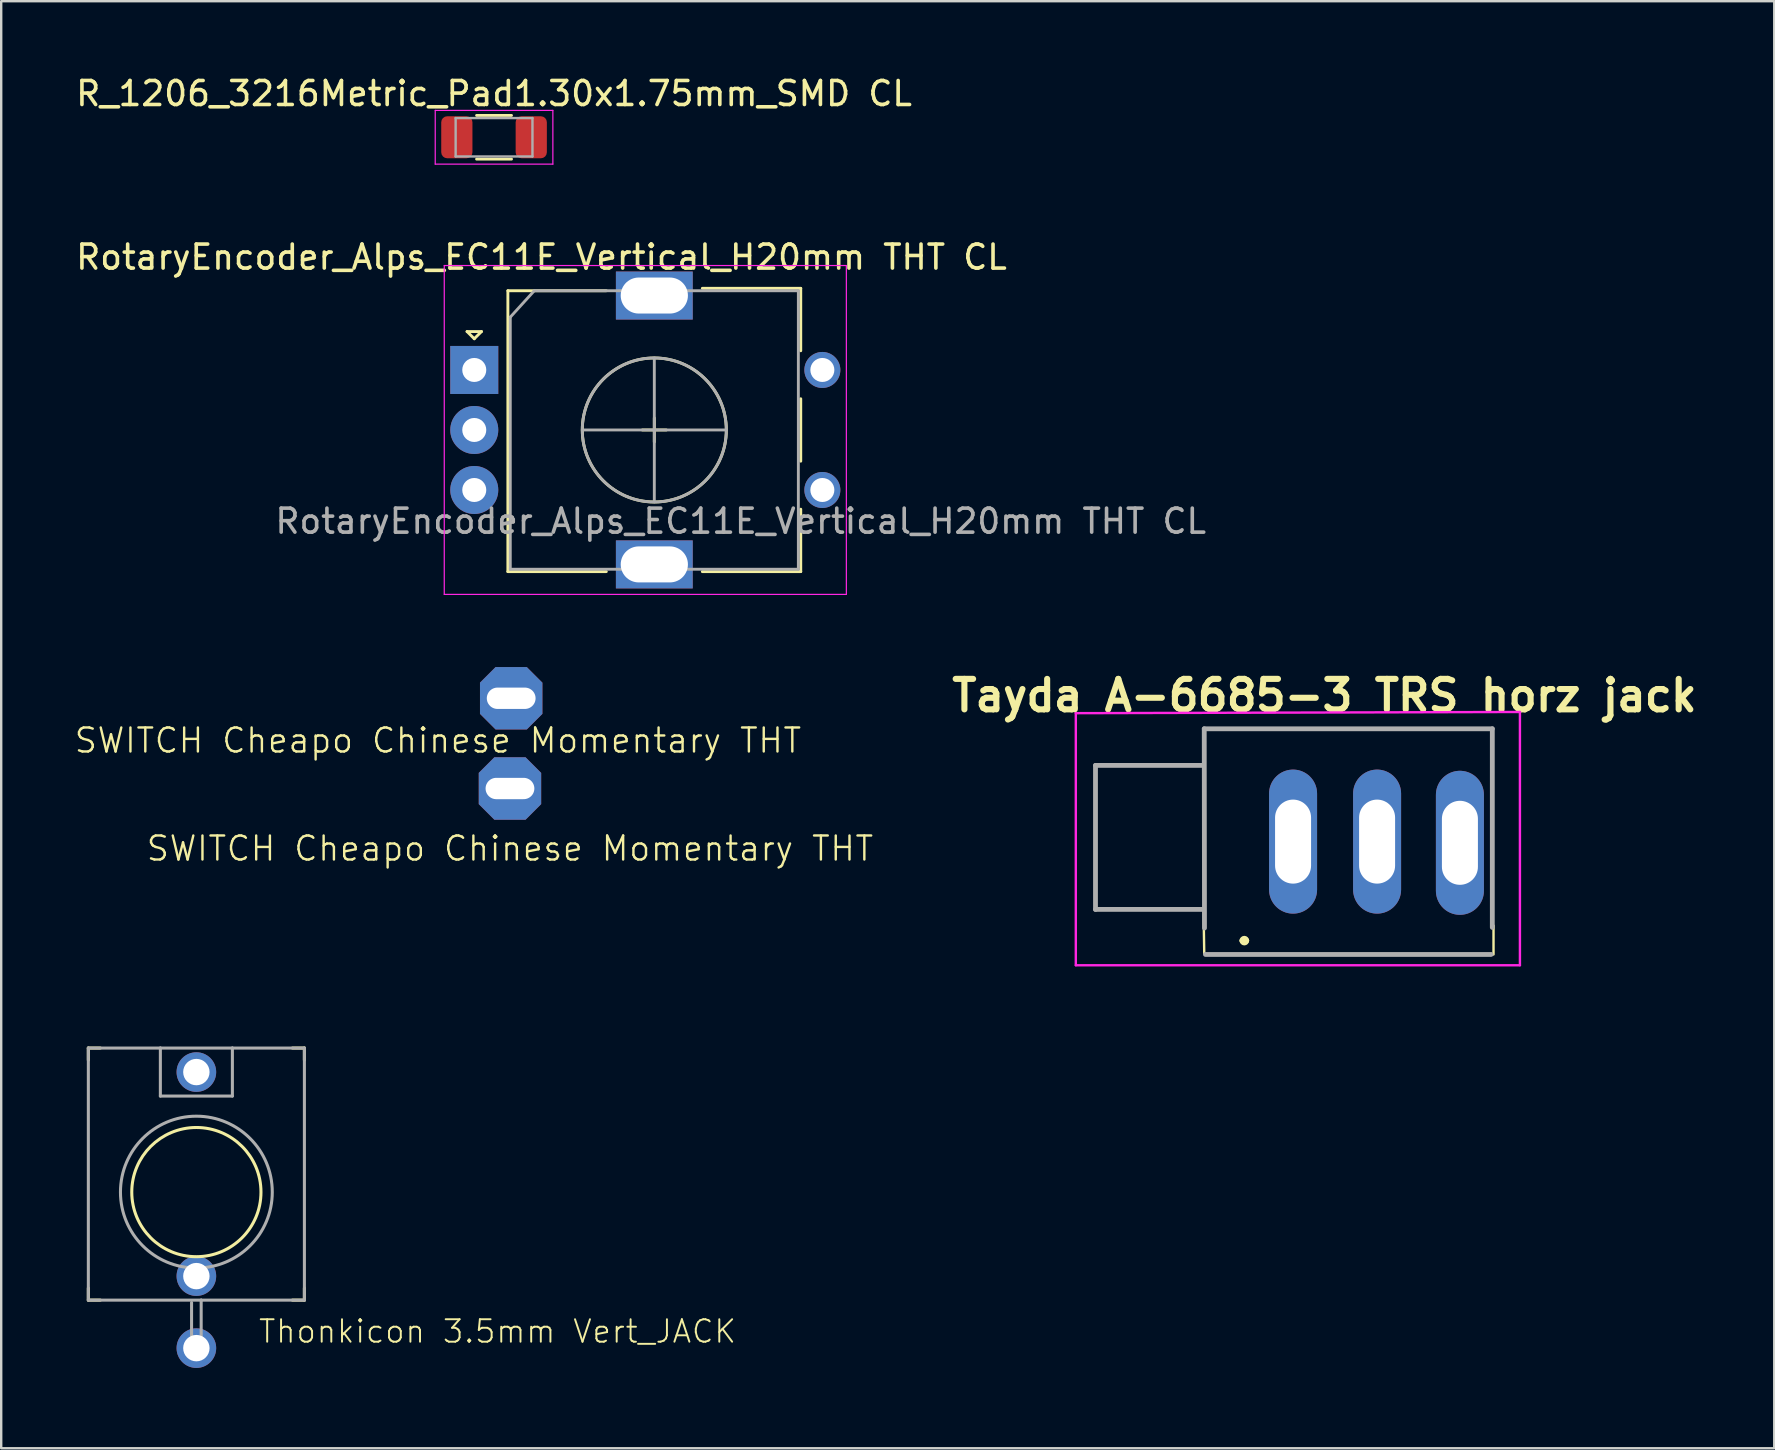
<source format=kicad_pcb>
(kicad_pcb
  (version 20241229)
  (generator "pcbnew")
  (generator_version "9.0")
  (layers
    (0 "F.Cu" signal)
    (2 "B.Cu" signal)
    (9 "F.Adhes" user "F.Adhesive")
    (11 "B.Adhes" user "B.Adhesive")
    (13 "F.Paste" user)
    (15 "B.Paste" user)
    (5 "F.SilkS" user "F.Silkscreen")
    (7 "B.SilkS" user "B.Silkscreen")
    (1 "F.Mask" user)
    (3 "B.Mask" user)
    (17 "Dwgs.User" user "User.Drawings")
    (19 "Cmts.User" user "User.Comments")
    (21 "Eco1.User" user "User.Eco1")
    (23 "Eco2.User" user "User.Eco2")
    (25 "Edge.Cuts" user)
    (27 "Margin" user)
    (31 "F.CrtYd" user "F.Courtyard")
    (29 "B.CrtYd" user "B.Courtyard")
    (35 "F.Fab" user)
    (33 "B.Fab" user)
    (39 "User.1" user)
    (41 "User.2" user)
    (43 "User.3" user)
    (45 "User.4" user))
  (footprint "SWITCH Cheapo Chinese Momentary THT"
    (layer "F.Cu")
    (at 18.193 27.796)
    (property "Reference" "SWITCH Cheapo Chinese Momentary THT" (at -3 0 0) (unlocked yes) (layer "F.SilkS") (effects (font (size 1 1) (thickness 0.1))))
    (attr smd)
    (fp_text user "${REFERENCE}" (at 0 4.5 0) (unlocked yes) (layer "F.SilkS") (effects (font (size 1 1) (thickness 0.1))))
    (pad "1" thru_hole roundrect (at 0 2) (size 2.6 2.6) (drill oval 2.032 0.889) (layers "*.Cu" "*.Mask") (roundrect_rratio 0) (chamfer_ratio 0.25) (chamfer top_left top_right bottom_left bottom_right))
    (pad "2" thru_hole roundrect (at 0.051 -1.759) (size 2.6 2.6) (drill oval 2.032 0.889) (layers "*.Cu" "*.Mask") (roundrect_rratio 0) (chamfer_ratio 0.25) (chamfer top_left top_right bottom_left bottom_right)))
  (footprint "R_1206_3216Metric_Pad1.30x1.75mm_SMD CL"
    (layer "F.Cu")
    (at 17.53 2.668)
    (property "Reference" "R_1206_3216Metric_Pad1.30x1.75mm_SMD CL" (at 0 -1.82 0) (layer "F.SilkS") (effects (font (size 1 1) (thickness 0.15))))
    (attr smd)
    (fp_line (start -0.727 -0.91) (end 0.727 -0.91) (stroke (width 0.12) (type solid)) (layer "F.SilkS"))
    (fp_line (start -0.727 0.91) (end 0.727 0.91) (stroke (width 0.12) (type solid)) (layer "F.SilkS"))
    (fp_line (start -2.45 -1.12) (end 2.45 -1.12) (stroke (width 0.05) (type solid)) (layer "F.CrtYd"))
    (fp_line (start -2.45 1.12) (end -2.45 -1.12) (stroke (width 0.05) (type solid)) (layer "F.CrtYd"))
    (fp_line (start 2.45 -1.12) (end 2.45 1.12) (stroke (width 0.05) (type solid)) (layer "F.CrtYd"))
    (fp_line (start 2.45 1.12) (end -2.45 1.12) (stroke (width 0.05) (type solid)) (layer "F.CrtYd"))
    (fp_line (start -1.6 -0.8) (end 1.6 -0.8) (stroke (width 0.1) (type solid)) (layer "F.Fab"))
    (fp_line (start -1.6 0.8) (end -1.6 -0.8) (stroke (width 0.1) (type solid)) (layer "F.Fab"))
    (fp_line (start 1.6 -0.8) (end 1.6 0.8) (stroke (width 0.1) (type solid)) (layer "F.Fab"))
    (fp_line (start 1.6 0.8) (end -1.6 0.8) (stroke (width 0.1) (type solid)) (layer "F.Fab"))
    (pad "1" smd roundrect (at -1.55 0) (size 1.3 1.75) (layers "F.Cu" "F.Mask" "F.Paste") (roundrect_rratio 0.192))
    (pad "2" smd roundrect (at 1.55 0) (size 1.3 1.75) (layers "F.Cu" "F.Mask" "F.Paste") (roundrect_rratio 0.192)))
  (footprint "RotaryEncoder_Alps_EC11E_Vertical_H20mm THT CL"
    (layer "F.Cu")
    (at 16.706 12.361)
    (property "Reference" "RotaryEncoder_Alps_EC11E_Vertical_H20mm THT CL" (at 2.8 -4.7 0) (layer "F.SilkS") (effects (font (size 1 1) (thickness 0.15))))
    (attr through_hole)
    (fp_line (start -0.3 -1.6) (end 0.3 -1.6) (stroke (width 0.12) (type solid)) (layer "F.SilkS"))
    (fp_line (start 0 -1.3) (end -0.3 -1.6) (stroke (width 0.12) (type solid)) (layer "F.SilkS"))
    (fp_line (start 0.3 -1.6) (end 0 -1.3) (stroke (width 0.12) (type solid)) (layer "F.SilkS"))
    (fp_line (start 1.4 -3.3) (end 1.4 8.4) (stroke (width 0.12) (type solid)) (layer "F.SilkS"))
    (fp_line (start 5.5 -3.3) (end 1.4 -3.3) (stroke (width 0.12) (type solid)) (layer "F.SilkS"))
    (fp_line (start 5.5 8.4) (end 1.4 8.4) (stroke (width 0.12) (type solid)) (layer "F.SilkS"))
    (fp_line (start 7 2.5) (end 8 2.5) (stroke (width 0.12) (type solid)) (layer "F.SilkS"))
    (fp_line (start 7.5 2) (end 7.5 3) (stroke (width 0.12) (type solid)) (layer "F.SilkS"))
    (fp_line (start 9.5 -3.4) (end 13.6 -3.4) (stroke (width 0.12) (type solid)) (layer "F.SilkS"))
    (fp_line (start 13.6 -3.4) (end 13.6 -0.8) (stroke (width 0.12) (type solid)) (layer "F.SilkS"))
    (fp_line (start 13.6 1.2) (end 13.6 3.8) (stroke (width 0.12) (type solid)) (layer "F.SilkS"))
    (fp_line (start 13.6 5.8) (end 13.6 8.4) (stroke (width 0.12) (type solid)) (layer "F.SilkS"))
    (fp_line (start 13.6 8.4) (end 9.5 8.4) (stroke (width 0.12) (type solid)) (layer "F.SilkS"))
    (fp_circle (center 7.5 2.5) (end 10.5 2.5) (stroke (width 0.12) (type solid)) (fill no) (layer "F.SilkS"))
    (fp_line (start -1.25 -4.35) (end -1.25 9.35) (stroke (width 0.05) (type solid)) (layer "F.CrtYd"))
    (fp_line (start -1.25 -4.35) (end 15.5 -4.35) (stroke (width 0.05) (type solid)) (layer "F.CrtYd"))
    (fp_line (start 15.5 9.35) (end -1.25 9.35) (stroke (width 0.05) (type solid)) (layer "F.CrtYd"))
    (fp_line (start 15.5 9.35) (end 15.5 -4.35) (stroke (width 0.05) (type solid)) (layer "F.CrtYd"))
    (fp_line (start 1.5 -2.2) (end 2.5 -3.3) (stroke (width 0.12) (type solid)) (layer "F.Fab"))
    (fp_line (start 1.5 8.3) (end 1.5 -2.2) (stroke (width 0.12) (type solid)) (layer "F.Fab"))
    (fp_line (start 2.5 -3.3) (end 13.5 -3.3) (stroke (width 0.12) (type solid)) (layer "F.Fab"))
    (fp_line (start 4.5 2.5) (end 10.5 2.5) (stroke (width 0.12) (type solid)) (layer "F.Fab"))
    (fp_line (start 7.5 -0.5) (end 7.5 5.5) (stroke (width 0.12) (type solid)) (layer "F.Fab"))
    (fp_line (start 13.5 -3.3) (end 13.5 8.3) (stroke (width 0.12) (type solid)) (layer "F.Fab"))
    (fp_line (start 13.5 8.3) (end 1.5 8.3) (stroke (width 0.12) (type solid)) (layer "F.Fab"))
    (fp_circle (center 7.5 2.5) (end 10.5 2.5) (stroke (width 0.12) (type solid)) (fill no) (layer "F.Fab"))
    (fp_text user "${REFERENCE}" (at 11.1 6.3 0) (layer "F.Fab") (effects (font (size 1 1) (thickness 0.15))))
    (pad "A" thru_hole rect (at 0 0) (size 2 2) (drill 1) (layers "*.Cu" "*.Mask"))
    (pad "B" thru_hole circle (at 0 5) (size 2 2) (drill 1) (layers "*.Cu" "*.Mask"))
    (pad "C" thru_hole circle (at 0 2.5) (size 2 2) (drill 1) (layers "*.Cu" "*.Mask"))
    (pad "MP" thru_hole rect (at 7.5 -3.1) (size 3.2 2) (drill oval 2.8 1.5) (layers "*.Cu" "*.Mask"))
    (pad "MP" thru_hole rect (at 7.5 8.1) (size 3.2 2) (drill oval 2.8 1.5) (layers "*.Cu" "*.Mask"))
    (pad "SW1" thru_hole circle (at 14.5 0) (size 1.5 1.5) (drill 1) (layers "*.Cu" "*.Mask"))
    (pad "SW2" thru_hole circle (at 14.5 5) (size 1.5 1.5) (drill 1) (layers "*.Cu" "*.Mask")))
  (footprint "Tayda A-6685-3 TRS horz jack"
    (layer "F.Cu")
    (at 54.764 32.158)
    (property "Reference" "Tayda A-6685-3 TRS horz jack" (at -2.643 -6.233 0) (layer "F.SilkS") (effects (font (size 1.27 1.27) (thickness 0.254))))
    (attr through_hole)
    (fp_line (start -12.18 -3.325) (end -12.18 2.675) (stroke (width 0.1) (type solid)) (layer "F.SilkS"))
    (fp_line (start -12.18 2.675) (end -7.68 2.675) (stroke (width 0.1) (type solid)) (layer "F.SilkS"))
    (fp_line (start -7.68 -4.075) (end -7.68 -3.325) (stroke (width 0.1) (type solid)) (layer "F.SilkS"))
    (fp_line (start -7.68 -3.325) (end -12.18 -3.325) (stroke (width 0.1) (type solid)) (layer "F.SilkS"))
    (fp_line (start -7.68 2.675) (end -7.65 4.5) (stroke (width 0.1) (type solid)) (layer "F.SilkS"))
    (fp_line (start -6.08 3.975) (end -6.08 3.975) (stroke (width 0.2) (type solid)) (layer "F.SilkS"))
    (fp_line (start -5.88 3.975) (end -5.88 3.975) (stroke (width 0.2) (type solid)) (layer "F.SilkS"))
    (fp_line (start 4.4 4.55) (end 4.4 3.35) (stroke (width 0.1) (type solid)) (layer "F.SilkS"))
    (fp_arc (start -6.08 3.975) (mid -5.98 3.875) (end -5.88 3.975) (stroke (width 0.2) (type solid)) (layer "F.SilkS"))
    (fp_arc (start -5.88 3.975) (mid -5.98 4.075) (end -6.08 3.975) (stroke (width 0.2) (type solid)) (layer "F.SilkS"))
    (fp_line (start -13 -5.5) (end 5.5 -5.55) (stroke (width 0.1) (type solid)) (layer "F.CrtYd"))
    (fp_line (start -13 5) (end -13 -5.5) (stroke (width 0.1) (type solid)) (layer "F.CrtYd"))
    (fp_line (start 5.5 -5.55) (end 5.5 5) (stroke (width 0.1) (type solid)) (layer "F.CrtYd"))
    (fp_line (start 5.5 5) (end -13 5) (stroke (width 0.1) (type solid)) (layer "F.CrtYd"))
    (fp_line (start -12.18 -3.325) (end -12.18 2.675) (stroke (width 0.2) (type solid)) (layer "F.Fab"))
    (fp_line (start -12.18 2.675) (end -7.68 2.675) (stroke (width 0.2) (type solid)) (layer "F.Fab"))
    (fp_line (start -7.68 -3.325) (end -12.18 -3.325) (stroke (width 0.2) (type solid)) (layer "F.Fab"))
    (fp_line (start -7.65 -4.85) (end 4.35 -4.85) (stroke (width 0.2) (type solid)) (layer "F.Fab"))
    (fp_line (start -7.64 3.45) (end -7.65 -4.85) (stroke (width 0.2) (type solid)) (layer "F.Fab"))
    (fp_line (start 4.3 4.55) (end -7.6 4.55) (stroke (width 0.2) (type solid)) (layer "F.Fab"))
    (fp_line (start 4.35 -4.85) (end 4.35 3.425) (stroke (width 0.2) (type solid)) (layer "F.Fab"))
    (pad "1" thru_hole oval (at -3.95 -0.15) (size 2 6) (drill oval 1.5 3.5) (layers "*.Cu" "*.Mask"))
    (pad "2" thru_hole oval (at -0.45 -0.15) (size 2 6) (drill oval 1.5 3.5) (layers "*.Cu" "*.Mask"))
    (pad "3" thru_hole oval (at 3 -0.1) (size 2 6) (drill oval 1.5 3.5) (layers "*.Cu" "*.Mask")))
  (footprint "Thonkicon 3.5mm Vert_JACK"
    (layer "F.Cu")
    (at 5.13 46.608)
    (property "Reference" "Thonkicon 3.5mm Vert_JACK" (at 2.54 6.35 180) (layer "F.SilkS") (effects (font (size 0.935 0.935) (thickness 0.081)) (justify left bottom)))
    (fp_line (start -4.5 -6) (end -4 -6) (stroke (width 0.127) (type solid)) (layer "F.SilkS"))
    (fp_line (start -4.5 -5.5) (end -4.5 -6) (stroke (width 0.127) (type solid)) (layer "F.SilkS"))
    (fp_line (start -4.5 4) (end -4.5 4.5) (stroke (width 0.127) (type solid)) (layer "F.SilkS"))
    (fp_line (start -4.5 4.5) (end -4 4.5) (stroke (width 0.127) (type solid)) (layer "F.SilkS"))
    (fp_line (start 4 -6) (end 4.5 -6) (stroke (width 0.127) (type solid)) (layer "F.SilkS"))
    (fp_line (start 4.5 -6) (end 4.5 -5.5) (stroke (width 0.127) (type solid)) (layer "F.SilkS"))
    (fp_line (start 4.5 4) (end 4.5 4.5) (stroke (width 0.127) (type solid)) (layer "F.SilkS"))
    (fp_line (start 4.5 4.5) (end 4 4.5) (stroke (width 0.127) (type solid)) (layer "F.SilkS"))
    (fp_circle (center 0 0) (end 2.691 0) (stroke (width 0.127) (type solid)) (fill no) (layer "F.SilkS"))
    (fp_line (start -5.08 -6.35) (end -5.08 5.08) (stroke (width 0.1) (type default)) (layer "Margin"))
    (fp_line (start -5.08 5.08) (end -1.27 5.08) (stroke (width 0.1) (type default)) (layer "Margin"))
    (fp_line (start -1.27 5.08) (end -1.27 7.62) (stroke (width 0.1) (type default)) (layer "Margin"))
    (fp_line (start -1.27 7.62) (end 1.27 7.62) (stroke (width 0.1) (type default)) (layer "Margin"))
    (fp_line (start 1.27 5.08) (end 5.08 5.08) (stroke (width 0.1) (type default)) (layer "Margin"))
    (fp_line (start 1.27 7.62) (end 1.27 5.08) (stroke (width 0.1) (type default)) (layer "Margin"))
    (fp_line (start 5.08 -6.35) (end -5.08 -6.35) (stroke (width 0.1) (type default)) (layer "Margin"))
    (fp_line (start 5.08 5.08) (end 5.08 -6.35) (stroke (width 0.1) (type default)) (layer "Margin"))
    (fp_line (start -4.5 -6) (end -4.5 4.5) (stroke (width 0.127) (type solid)) (layer "F.Fab"))
    (fp_line (start -4.5 -6) (end -1.5 -6) (stroke (width 0.127) (type solid)) (layer "F.Fab"))
    (fp_line (start -4.5 4.5) (end 0.2 4.5) (stroke (width 0.127) (type solid)) (layer "F.Fab"))
    (fp_line (start -1.5 -6) (end -1.5 -4) (stroke (width 0.127) (type solid)) (layer "F.Fab"))
    (fp_line (start -1.5 -6) (end 1.5 -6) (stroke (width 0.127) (type solid)) (layer "F.Fab"))
    (fp_line (start -1.5 -4) (end 1.5 -4) (stroke (width 0.127) (type solid)) (layer "F.Fab"))
    (fp_line (start -0.2 4.6) (end -0.2 6.7) (stroke (width 0.127) (type solid)) (layer "F.Fab"))
    (fp_line (start -0.2 6.7) (end 0.2 6.7) (stroke (width 0.127) (type solid)) (layer "F.Fab"))
    (fp_line (start 0.2 4.5) (end 4.5 4.5) (stroke (width 0.127) (type solid)) (layer "F.Fab"))
    (fp_line (start 0.2 6.7) (end 0.2 4.5) (stroke (width 0.127) (type solid)) (layer "F.Fab"))
    (fp_line (start 1.5 -6) (end 4.5 -6) (stroke (width 0.127) (type solid)) (layer "F.Fab"))
    (fp_line (start 1.5 -4) (end 1.5 -6) (stroke (width 0.127) (type solid)) (layer "F.Fab"))
    (fp_line (start 4.5 4.5) (end 4.5 -6) (stroke (width 0.127) (type solid)) (layer "F.Fab"))
    (fp_circle (center 0 0) (end 3.162 0) (stroke (width 0.127) (type solid)) (fill no) (layer "F.Fab"))
    (pad "1" thru_hole circle (at 0 6.5) (size 1.65 1.65) (drill 1.1) (layers "*.Cu" "*.Mask"))
    (pad "2" thru_hole circle (at 0 3.5) (size 1.65 1.65) (drill 1.1) (layers "*.Cu" "*.Mask"))
    (pad "3" thru_hole circle (at 0 -5) (size 1.65 1.65) (drill 1.1) (layers "*.Cu" "*.Mask"))
    (zone (net_name "") (layer "F.Cu") (hatch edge 0.5) (connect_pads) (min_thickness 0.25) (filled_areas_thickness no) (keepout (tracks not_allowed) (vias not_allowed) (pads not_allowed) (copperpour not_allowed) (footprints allowed)) (placement (enabled no)) (fill) (polygon (pts (xy 2.33 49.148) (xy 7.93 49.148) (xy 7.93 43.808) (xy 2.59 43.808)))))
  (gr_rect
    (start -3 -3)
    (end 70.858 57.278)
    (stroke (width 0.1) (type default))
    (fill no)
    (layer "Edge.Cuts")))
</source>
